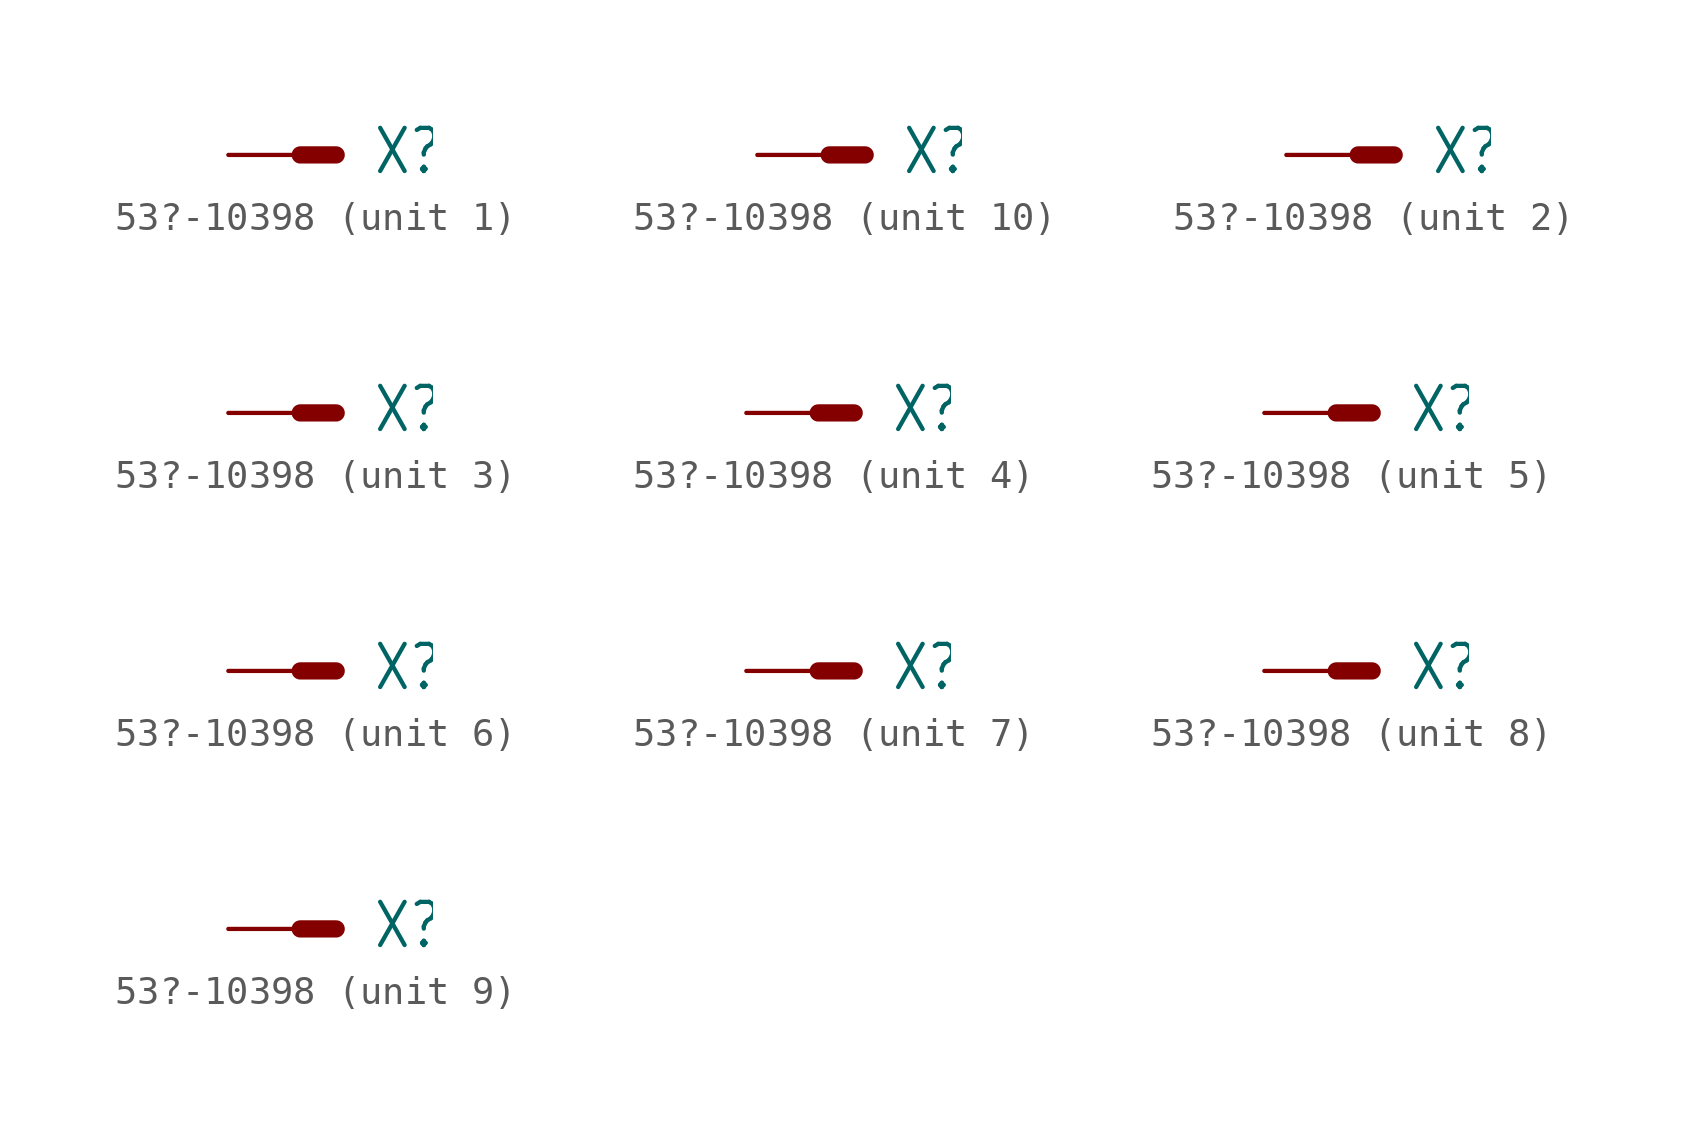
<source format=kicad_sym>
(kicad_symbol_lib
  (version 20220914)
  (generator kicad_symbol_editor)
  (symbol "53?-10398"
    (property "Reference" "X"
      (at 2.54 -0.762 0)
      (effects (font (size 1.524 1.295)) (justify left bottom)))
    (property "ki_locked" ""
      (at 0 0 0)
      (effects (font (size 1.27 1.27))))
    (symbol "53?-10398_1_0"
      (polyline (pts (xy 1.27 0) (xy 0 0)) (stroke (width 0.61) (type solid)) (fill (type none)))
      (pin passive line (at -2.54 0 0) (length 2.54) (name "S" (effects (font (size 0 0)))) (number "1" (effects (font (size 0 0))))))
    (symbol "53?-10398_2_0"
      (polyline (pts (xy 1.27 0) (xy 0 0)) (stroke (width 0.61) (type solid)) (fill (type none)))
      (pin passive line (at -2.54 0 0) (length 2.54) (name "S" (effects (font (size 0 0)))) (number "2" (effects (font (size 0 0))))))
    (symbol "53?-10398_3_0"
      (polyline (pts (xy 1.27 0) (xy 0 0)) (stroke (width 0.61) (type solid)) (fill (type none)))
      (pin passive line (at -2.54 0 0) (length 2.54) (name "S" (effects (font (size 0 0)))) (number "3" (effects (font (size 0 0))))))
    (symbol "53?-10398_4_0"
      (polyline (pts (xy 1.27 0) (xy 0 0)) (stroke (width 0.61) (type solid)) (fill (type none)))
      (pin passive line (at -2.54 0 0) (length 2.54) (name "S" (effects (font (size 0 0)))) (number "4" (effects (font (size 0 0))))))
    (symbol "53?-10398_5_0"
      (polyline (pts (xy 1.27 0) (xy 0 0)) (stroke (width 0.61) (type solid)) (fill (type none)))
      (pin passive line (at -2.54 0 0) (length 2.54) (name "S" (effects (font (size 0 0)))) (number "5" (effects (font (size 0 0))))))
    (symbol "53?-10398_6_0"
      (polyline (pts (xy 1.27 0) (xy 0 0)) (stroke (width 0.61) (type solid)) (fill (type none)))
      (pin passive line (at -2.54 0 0) (length 2.54) (name "S" (effects (font (size 0 0)))) (number "6" (effects (font (size 0 0))))))
    (symbol "53?-10398_7_0"
      (polyline (pts (xy 1.27 0) (xy 0 0)) (stroke (width 0.61) (type solid)) (fill (type none)))
      (pin passive line (at -2.54 0 0) (length 2.54) (name "S" (effects (font (size 0 0)))) (number "7" (effects (font (size 0 0))))))
    (symbol "53?-10398_8_0"
      (polyline (pts (xy 1.27 0) (xy 0 0)) (stroke (width 0.61) (type solid)) (fill (type none)))
      (pin passive line (at -2.54 0 0) (length 2.54) (name "S" (effects (font (size 0 0)))) (number "8" (effects (font (size 0 0))))))
    (symbol "53?-10398_9_0"
      (polyline (pts (xy 1.27 0) (xy 0 0)) (stroke (width 0.61) (type solid)) (fill (type none)))
      (pin passive line (at -2.54 0 0) (length 2.54) (name "S" (effects (font (size 0 0)))) (number "9" (effects (font (size 0 0))))))
    (symbol "53?-10398_10_0"
      (polyline (pts (xy 1.27 0) (xy 0 0)) (stroke (width 0.61) (type solid)) (fill (type none)))
      (pin passive line (at -2.54 0 0) (length 2.54) (name "S" (effects (font (size 0 0)))) (number "10" (effects (font (size 0 0))))))))
</source>
